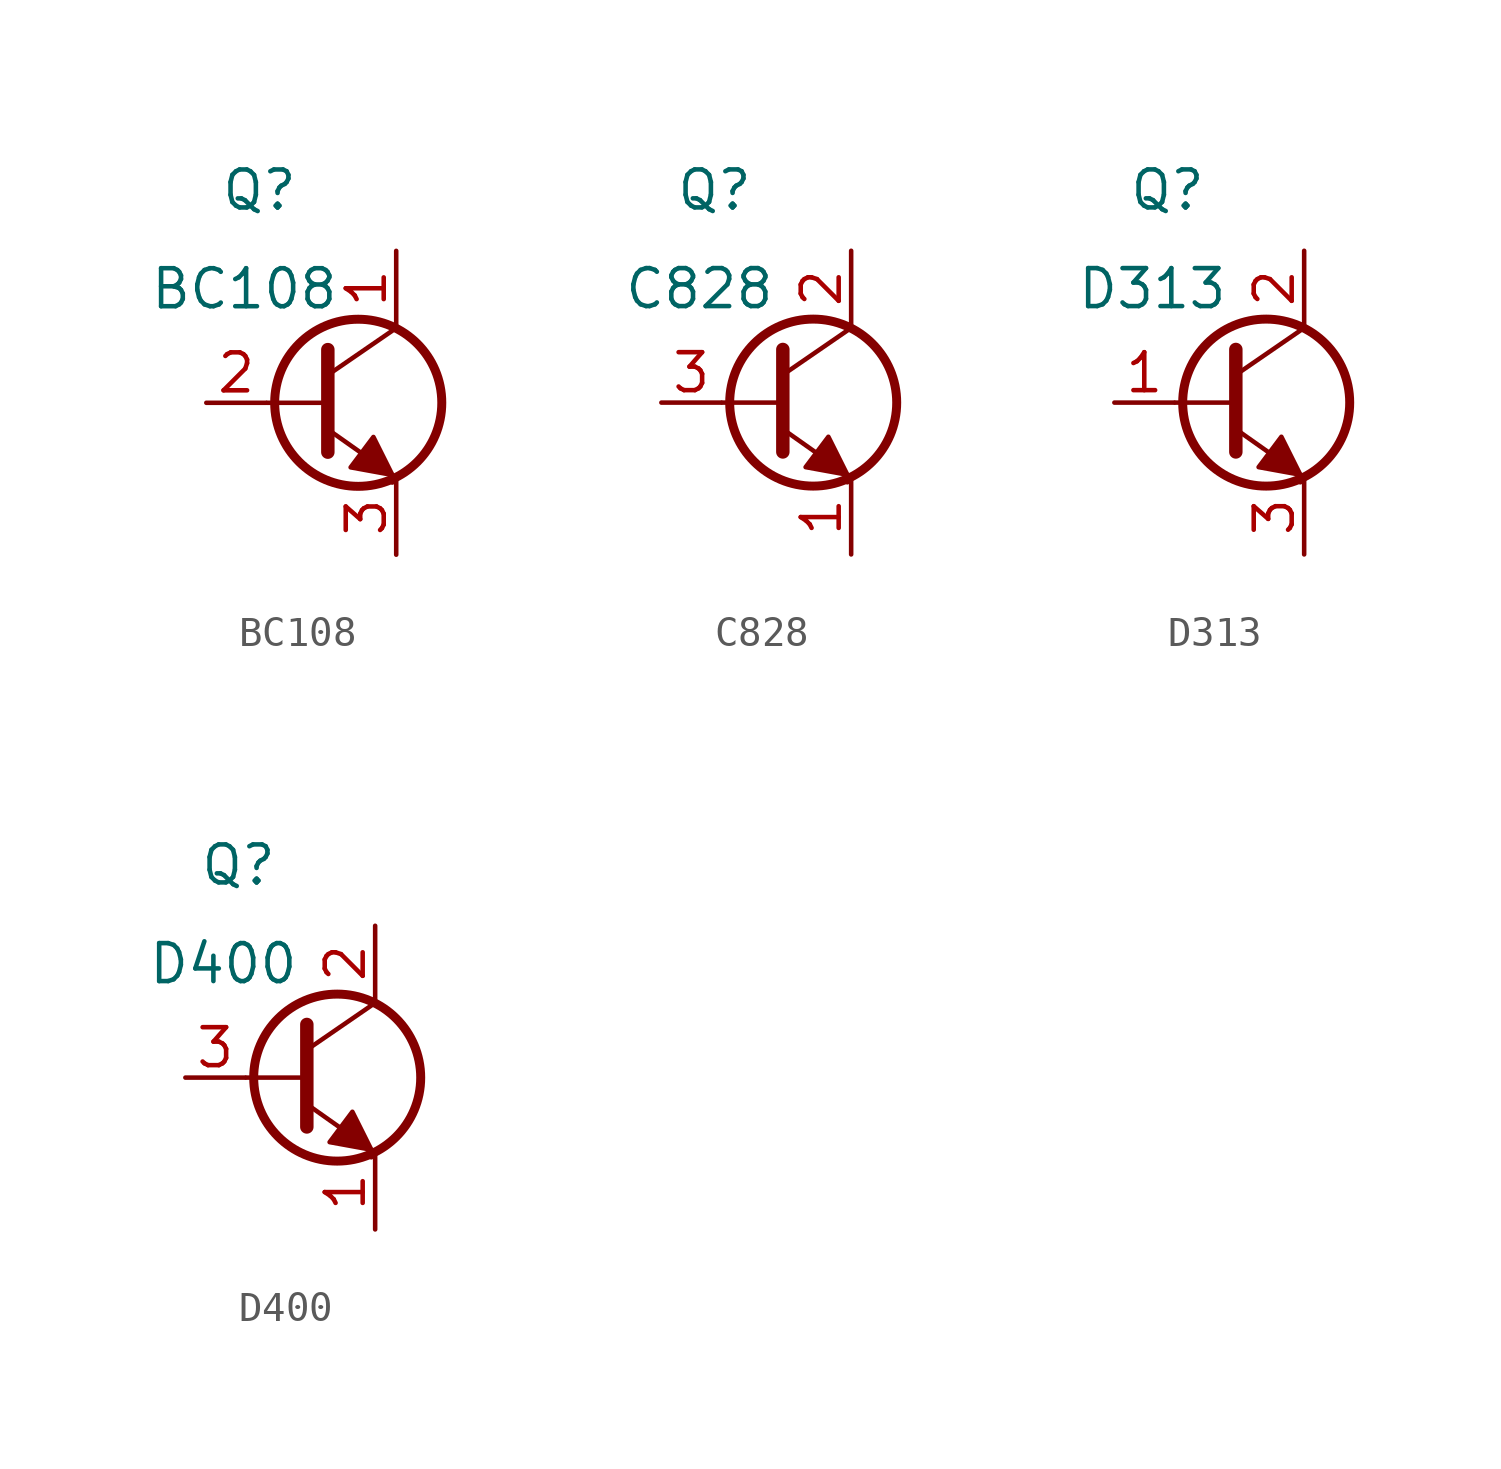
<source format=kicad_sym>
(kicad_symbol_lib
  (version 20220914)
  (generator kicad_symbol_editor)
  (symbol "BC108"
    (property "Reference" "Q"
      (at -3.302 7.112 0)
      (effects (font (size 1.27 1.27))))
    (property "Value" "BC108"
      (at -3.81 3.81 0)
      (effects (font (size 1.27 1.27))))
    (symbol "BC108_0_1"
      (polyline (pts (xy -1.016 -0.889) (xy 1.143 -2.413)) (stroke (width 0) (type default)) (fill (type none)))
      (polyline (pts (xy -1.016 0) (xy -3.048 0)) (stroke (width 0) (type default)) (fill (type none)))
      (polyline (pts (xy -1.016 1.778) (xy -1.016 -1.651)) (stroke (width 0.45) (type default)) (fill (type none)))
      (polyline (pts (xy -0.889 1.016) (xy 1.143 2.413)) (stroke (width 0) (type default)) (fill (type none)))
      (polyline (pts (xy 1.143 -2.413) (xy -0.254 -2.159) (xy 0.508 -1.143) (xy 1.143 -2.413) (xy 1.143 -2.667)) (stroke (width 0) (type default)) (fill (type outline)))
      (circle (center 0 0) (radius 2.794) (stroke (width 0.3) (type default)) (fill (type none))))
    (symbol "BC108_1_1"
      (pin passive line (at 1.27 5.08 270) (length 2.5) (name "" (effects (font (size 0 0)))) (number "1" (effects (font (size 1.27 1.27)))))
      (pin passive line (at -5.08 0 0) (length 2) (name "" (effects (font (size 0 0)))) (number "2" (effects (font (size 1.27 1.27)))))
      (pin passive line (at 1.27 -5.08 90) (length 2.5) (name "" (effects (font (size 0 0)))) (number "3" (effects (font (size 1.27 1.27)))))))
  (symbol "C828"
    (property "Reference" "Q"
      (at -3.302 7.112 0)
      (effects (font (size 1.27 1.27))))
    (property "Value" "C828"
      (at -3.81 3.81 0)
      (effects (font (size 1.27 1.27))))
    (symbol "C828_0_1"
      (polyline (pts (xy -1.016 -0.889) (xy 1.143 -2.413)) (stroke (width 0) (type default)) (fill (type none)))
      (polyline (pts (xy -1.016 0) (xy -3.048 0)) (stroke (width 0) (type default)) (fill (type none)))
      (polyline (pts (xy -1.016 1.778) (xy -1.016 -1.651)) (stroke (width 0.45) (type default)) (fill (type none)))
      (polyline (pts (xy -0.889 1.016) (xy 1.143 2.413)) (stroke (width 0) (type default)) (fill (type none)))
      (polyline (pts (xy 1.143 -2.413) (xy -0.254 -2.159) (xy 0.508 -1.143) (xy 1.143 -2.413) (xy 1.143 -2.667)) (stroke (width 0) (type default)) (fill (type outline)))
      (circle (center 0 0) (radius 2.794) (stroke (width 0.3) (type default)) (fill (type none))))
    (symbol "C828_1_1"
      (pin passive line (at 1.27 -5.08 90) (length 2.5) (name "" (effects (font (size 0 0)))) (number "1" (effects (font (size 1.27 1.27)))))
      (pin passive line (at 1.27 5.08 270) (length 2.5) (name "" (effects (font (size 0 0)))) (number "2" (effects (font (size 1.27 1.27)))))
      (pin passive line (at -5.08 0 0) (length 2) (name "" (effects (font (size 0 0)))) (number "3" (effects (font (size 1.27 1.27)))))))
  (symbol "D313"
    (property "Reference" "Q"
      (at -3.302 7.112 0)
      (effects (font (size 1.27 1.27))))
    (property "Value" "D313"
      (at -3.81 3.81 0)
      (effects (font (size 1.27 1.27))))
    (symbol "D313_0_1"
      (polyline (pts (xy -1.016 -0.889) (xy 1.143 -2.413)) (stroke (width 0) (type default)) (fill (type none)))
      (polyline (pts (xy -1.016 0) (xy -3.048 0)) (stroke (width 0) (type default)) (fill (type none)))
      (polyline (pts (xy -1.016 1.778) (xy -1.016 -1.651)) (stroke (width 0.45) (type default)) (fill (type none)))
      (polyline (pts (xy -0.889 1.016) (xy 1.143 2.413)) (stroke (width 0) (type default)) (fill (type none)))
      (polyline (pts (xy 1.143 -2.413) (xy -0.254 -2.159) (xy 0.508 -1.143) (xy 1.143 -2.413) (xy 1.143 -2.667)) (stroke (width 0) (type default)) (fill (type outline)))
      (circle (center 0 0) (radius 2.794) (stroke (width 0.3) (type default)) (fill (type none))))
    (symbol "D313_1_1"
      (pin passive line (at -5.08 0 0) (length 2) (name "" (effects (font (size 0 0)))) (number "1" (effects (font (size 1.27 1.27)))))
      (pin passive line (at 1.27 5.08 270) (length 2.5) (name "" (effects (font (size 0 0)))) (number "2" (effects (font (size 1.27 1.27)))))
      (pin passive line (at 1.27 -5.08 90) (length 2.5) (name "" (effects (font (size 0 0)))) (number "3" (effects (font (size 1.27 1.27)))))))
  (symbol "D400"
    (property "Reference" "Q"
      (at -3.302 7.112 0)
      (effects (font (size 1.27 1.27))))
    (property "Value" "D400"
      (at -3.81 3.81 0)
      (effects (font (size 1.27 1.27))))
    (symbol "D400_0_1"
      (polyline (pts (xy -1.016 -0.889) (xy 1.143 -2.413)) (stroke (width 0) (type default)) (fill (type none)))
      (polyline (pts (xy -1.016 0) (xy -3.048 0)) (stroke (width 0) (type default)) (fill (type none)))
      (polyline (pts (xy -1.016 1.778) (xy -1.016 -1.651)) (stroke (width 0.45) (type default)) (fill (type none)))
      (polyline (pts (xy -0.889 1.016) (xy 1.143 2.413)) (stroke (width 0) (type default)) (fill (type none)))
      (polyline (pts (xy 1.143 -2.413) (xy -0.254 -2.159) (xy 0.508 -1.143) (xy 1.143 -2.413) (xy 1.143 -2.667)) (stroke (width 0) (type default)) (fill (type outline)))
      (circle (center 0 0) (radius 2.794) (stroke (width 0.3) (type default)) (fill (type none))))
    (symbol "D400_1_1"
      (pin passive line (at 1.27 -5.08 90) (length 2.5) (name "" (effects (font (size 0 0)))) (number "1" (effects (font (size 1.27 1.27)))))
      (pin passive line (at 1.27 5.08 270) (length 2.5) (name "" (effects (font (size 0 0)))) (number "2" (effects (font (size 1.27 1.27)))))
      (pin passive line (at -5.08 0 0) (length 2) (name "" (effects (font (size 0 0)))) (number "3" (effects (font (size 1.27 1.27))))))))
</source>
